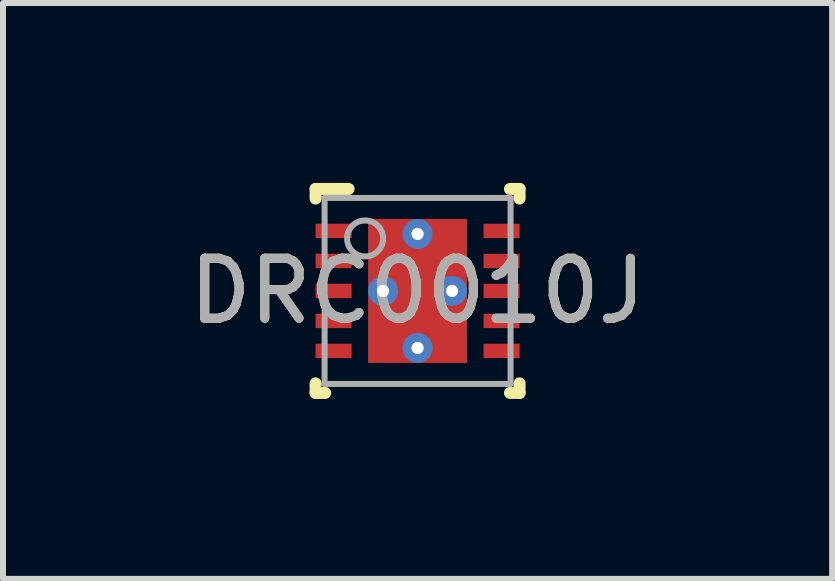
<source format=kicad_pcb>
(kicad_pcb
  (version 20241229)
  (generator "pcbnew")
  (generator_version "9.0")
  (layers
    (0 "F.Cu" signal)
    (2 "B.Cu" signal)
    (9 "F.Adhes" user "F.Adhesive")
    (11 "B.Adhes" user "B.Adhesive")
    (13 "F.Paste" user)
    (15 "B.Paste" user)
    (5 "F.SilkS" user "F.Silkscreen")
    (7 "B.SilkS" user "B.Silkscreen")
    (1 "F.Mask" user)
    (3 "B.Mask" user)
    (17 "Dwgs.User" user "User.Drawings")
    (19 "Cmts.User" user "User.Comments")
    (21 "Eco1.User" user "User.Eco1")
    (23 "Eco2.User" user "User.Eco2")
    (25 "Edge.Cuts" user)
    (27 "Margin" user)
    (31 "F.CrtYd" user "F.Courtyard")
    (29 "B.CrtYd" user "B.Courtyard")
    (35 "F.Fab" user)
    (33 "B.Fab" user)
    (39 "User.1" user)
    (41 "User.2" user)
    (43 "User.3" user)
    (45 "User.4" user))
  (footprint "DRC0010J"
    (layer "F.Cu")
    (at 3.911 1.8)
    (property "Reference" "DRC0010J" (at 0 0 0) (unlocked yes) (layer "F.SilkS") (effects (font (size 1 1) (thickness 0.15))))
    (attr smd)
    (fp_line (start -1.7 1.7) (end -1.7 1.54) (stroke (width 0.2) (type solid)) (layer "F.SilkS"))
    (fp_line (start -1.7 1.7) (end -1.54 1.7) (stroke (width 0.2) (type solid)) (layer "F.SilkS"))
    (fp_line (start -1.7 -1.7) (end -1.15 -1.7) (stroke (width 0.2) (type solid)) (layer "F.SilkS"))
    (fp_line (start -1.7 -1.54) (end -1.7 -1.7) (stroke (width 0.2) (type solid)) (layer "F.SilkS"))
    (fp_line (start 1.54 -1.7) (end 1.7 -1.7) (stroke (width 0.2) (type solid)) (layer "F.SilkS"))
    (fp_line (start 1.54 1.7) (end 1.7 1.7) (stroke (width 0.2) (type solid)) (layer "F.SilkS"))
    (fp_line (start 1.7 -1.54) (end 1.7 -1.7) (stroke (width 0.2) (type solid)) (layer "F.SilkS"))
    (fp_line (start 1.7 1.7) (end 1.7 1.54) (stroke (width 0.2) (type solid)) (layer "F.SilkS"))
    (fp_poly (pts (xy -0.75 -0.1) (xy 0.75 -0.1) (xy 0.75 -1.16) (xy -0.75 -1.16)) (stroke (width 0) (type solid)) (fill yes) (layer "F.Paste"))
    (fp_poly (pts (xy -0.75 1.16) (xy 0.75 1.16) (xy 0.75 0.1) (xy -0.75 0.1)) (stroke (width 0) (type solid)) (fill yes) (layer "F.Paste"))
    (fp_line (start -1.55 -1.55) (end 1.55 -1.55) (stroke (width 0.1) (type solid)) (layer "F.Fab"))
    (fp_line (start -1.55 1.55) (end -1.55 -1.55) (stroke (width 0.1) (type solid)) (layer "F.Fab"))
    (fp_line (start -1.55 1.55) (end 1.55 1.55) (stroke (width 0.1) (type solid)) (layer "F.Fab"))
    (fp_line (start 1.55 1.55) (end 1.55 -1.55) (stroke (width 0.1) (type solid)) (layer "F.Fab"))
    (fp_circle (center -0.875 -0.875) (end -0.575 -0.875) (stroke (width 0.1) (type solid)) (fill no) (layer "F.Fab"))
    (fp_text user "${REFERENCE}" (at 0 0 0) (unlocked yes) (layer "F.Fab") (effects (font (size 1 1) (thickness 0.15))))
    (pad "1" smd rect (at -1.4 -1 90) (size 0.24 0.6) (layers "F.Cu" "F.Mask" "F.Paste"))
    (pad "2" smd rect (at -1.4 -0.5 90) (size 0.24 0.6) (layers "F.Cu" "F.Mask" "F.Paste"))
    (pad "3" smd rect (at -1.4 0 90) (size 0.24 0.6) (layers "F.Cu" "F.Mask" "F.Paste"))
    (pad "4" smd rect (at -1.4 0.5 90) (size 0.24 0.6) (layers "F.Cu" "F.Mask" "F.Paste"))
    (pad "5" smd rect (at -1.4 1 90) (size 0.24 0.6) (layers "F.Cu" "F.Mask" "F.Paste"))
    (pad "6" smd rect (at 1.4 1 90) (size 0.24 0.6) (layers "F.Cu" "F.Mask" "F.Paste"))
    (pad "7" smd rect (at 1.4 0.5 90) (size 0.24 0.6) (layers "F.Cu" "F.Mask" "F.Paste"))
    (pad "8" smd rect (at 1.4 0 90) (size 0.24 0.6) (layers "F.Cu" "F.Mask" "F.Paste"))
    (pad "9" smd rect (at 1.4 -0.5 90) (size 0.24 0.6) (layers "F.Cu" "F.Mask" "F.Paste"))
    (pad "10" smd rect (at 1.4 -1 90) (size 0.24 0.6) (layers "F.Cu" "F.Mask" "F.Paste"))
    (pad "11" smd rect (at 0.000003 0) (size 1.65 2.4) (layers "F.Cu" "F.Mask"))
    (pad "V" thru_hole circle (at -0.575 0) (size 0.5 0.5) (drill 0.203) (layers "*.Cu" "*.Mask"))
    (pad "V" thru_hole circle (at 0 -0.95) (size 0.5 0.5) (drill 0.203) (layers "*.Cu" "*.Mask"))
    (pad "V" thru_hole circle (at 0 0.95) (size 0.5 0.5) (drill 0.203) (layers "*.Cu" "*.Mask"))
    (pad "V" thru_hole circle (at 0.575 0) (size 0.5 0.5) (drill 0.203) (layers "*.Cu" "*.Mask")))
  (gr_rect
    (start -3 -3)
    (end 10.821 6.6)
    (stroke (width 0.1) (type default))
    (fill no)
    (layer "Edge.Cuts")))
</source>
